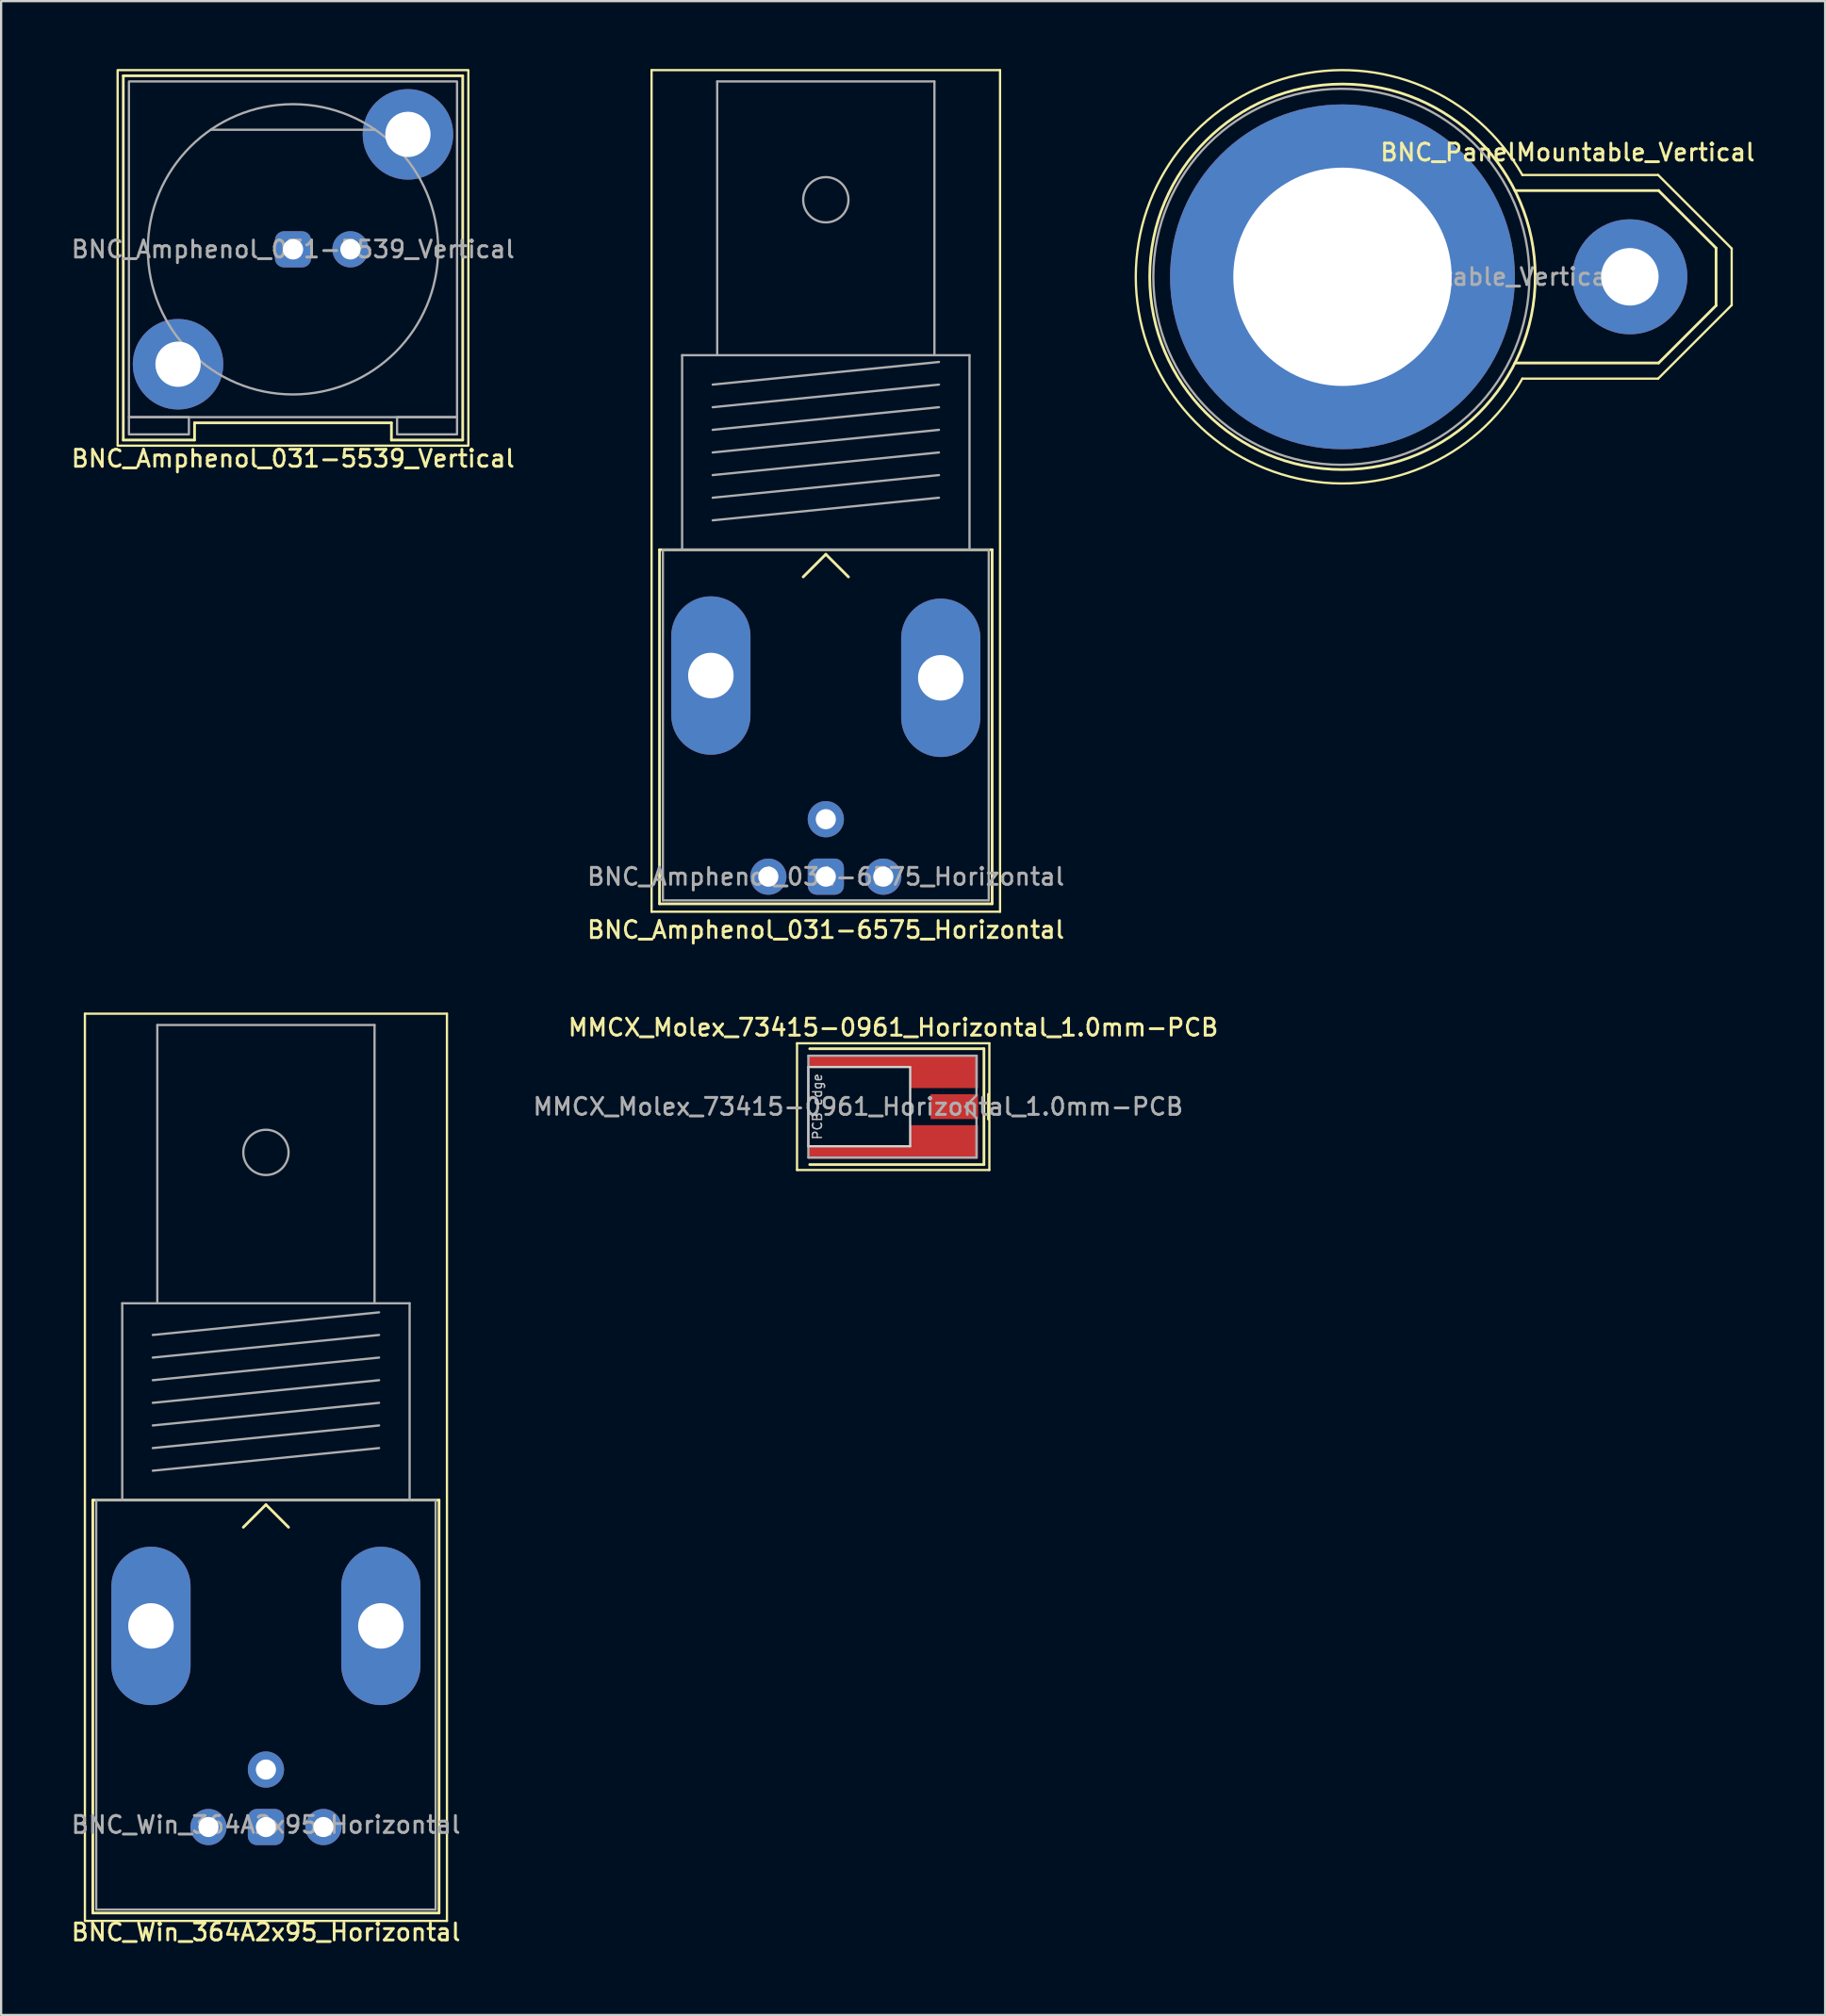
<source format=kicad_pcb>
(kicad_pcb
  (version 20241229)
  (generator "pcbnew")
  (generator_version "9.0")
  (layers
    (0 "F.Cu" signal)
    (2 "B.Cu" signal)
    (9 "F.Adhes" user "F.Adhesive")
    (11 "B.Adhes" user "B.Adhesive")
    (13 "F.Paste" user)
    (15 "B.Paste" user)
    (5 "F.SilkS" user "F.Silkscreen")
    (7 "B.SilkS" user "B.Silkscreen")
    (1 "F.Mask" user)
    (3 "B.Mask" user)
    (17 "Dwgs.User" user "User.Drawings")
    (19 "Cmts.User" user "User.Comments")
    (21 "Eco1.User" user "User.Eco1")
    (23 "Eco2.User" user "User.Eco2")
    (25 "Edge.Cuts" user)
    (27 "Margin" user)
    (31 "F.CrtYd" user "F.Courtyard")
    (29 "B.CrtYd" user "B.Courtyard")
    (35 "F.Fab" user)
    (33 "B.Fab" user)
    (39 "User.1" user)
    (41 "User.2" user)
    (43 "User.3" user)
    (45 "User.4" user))
  (footprint "BNC_Win_364A2x95_Horizontal"
    (layer "F.Cu")
    (at 8.702 77.708)
    (property "Reference" "BNC_Win_364A2x95_Horizontal" (at 0 4.65 0) (layer "F.SilkS") (effects (font (size 0.75 0.75) (thickness 0.125))))
    (attr through_hole)
    (fp_line (start -8 4.15) (end -8 -35.95) (stroke (width 0.1) (type solid)) (layer "F.SilkS"))
    (fp_line (start -8 4.15) (end 8 4.15) (stroke (width 0.1) (type solid)) (layer "F.SilkS"))
    (fp_line (start -7.65 -14.45) (end 7.65 -14.45) (stroke (width 0.12) (type solid)) (layer "F.SilkS"))
    (fp_line (start -7.65 3.8) (end -7.65 -14.45) (stroke (width 0.12) (type solid)) (layer "F.SilkS"))
    (fp_line (start 0 -14.25) (end -1 -13.25) (stroke (width 0.12) (type solid)) (layer "F.SilkS"))
    (fp_line (start 0 -14.25) (end 1 -13.25) (stroke (width 0.12) (type solid)) (layer "F.SilkS"))
    (fp_line (start 7.65 -14.45) (end 7.65 3.8) (stroke (width 0.12) (type solid)) (layer "F.SilkS"))
    (fp_line (start 7.65 3.8) (end -7.65 3.8) (stroke (width 0.12) (type solid)) (layer "F.SilkS"))
    (fp_line (start 8 -35.95) (end -8 -35.95) (stroke (width 0.1) (type solid)) (layer "F.SilkS"))
    (fp_line (start 8 4.15) (end 8 -35.95) (stroke (width 0.1) (type solid)) (layer "F.SilkS"))
    (fp_line (start -7.5 -14.45) (end -7.5 3.65) (stroke (width 0.1) (type solid)) (layer "F.Fab"))
    (fp_line (start -7.5 3.65) (end 7.5 3.65) (stroke (width 0.1) (type solid)) (layer "F.Fab"))
    (fp_line (start -6.35 -23.15) (end -6.35 -14.45) (stroke (width 0.1) (type solid)) (layer "F.Fab"))
    (fp_line (start -5 -21.75) (end 5 -22.75) (stroke (width 0.1) (type solid)) (layer "F.Fab"))
    (fp_line (start -5 -20.75) (end 5 -21.75) (stroke (width 0.1) (type solid)) (layer "F.Fab"))
    (fp_line (start -5 -19.75) (end 5 -20.75) (stroke (width 0.1) (type solid)) (layer "F.Fab"))
    (fp_line (start -5 -18.75) (end 5 -19.75) (stroke (width 0.1) (type solid)) (layer "F.Fab"))
    (fp_line (start -5 -17.75) (end 5 -18.75) (stroke (width 0.1) (type solid)) (layer "F.Fab"))
    (fp_line (start -5 -16.75) (end 5 -17.75) (stroke (width 0.1) (type solid)) (layer "F.Fab"))
    (fp_line (start -5 -15.75) (end 5 -16.75) (stroke (width 0.1) (type solid)) (layer "F.Fab"))
    (fp_line (start -4.8 -35.45) (end -4.8 -23.15) (stroke (width 0.1) (type solid)) (layer "F.Fab"))
    (fp_line (start 4.8 -35.45) (end -4.8 -35.45) (stroke (width 0.1) (type solid)) (layer "F.Fab"))
    (fp_line (start 4.8 -23.15) (end 4.8 -35.45) (stroke (width 0.1) (type solid)) (layer "F.Fab"))
    (fp_line (start 6.35 -23.15) (end -6.35 -23.15) (stroke (width 0.1) (type solid)) (layer "F.Fab"))
    (fp_line (start 6.35 -14.45) (end 6.35 -23.15) (stroke (width 0.1) (type solid)) (layer "F.Fab"))
    (fp_line (start 7.5 -14.45) (end -7.5 -14.45) (stroke (width 0.1) (type solid)) (layer "F.Fab"))
    (fp_line (start 7.5 3.65) (end 7.5 -14.45) (stroke (width 0.1) (type solid)) (layer "F.Fab"))
    (fp_circle (center 0 -29.82) (end 1 -29.82) (stroke (width 0.1) (type solid)) (fill no) (layer "F.Fab"))
    (fp_text user "${REFERENCE}" (at 0 -0.1 0) (layer "F.Fab") (effects (font (size 0.75 0.75) (thickness 0.125))))
    (pad "1" thru_hole roundrect (at 0 0) (size 1.6 1.6) (drill 0.89) (layers "*.Cu" "*.Mask") (roundrect_rratio 0.25))
    (pad "2" thru_hole circle (at 0 -2.54) (size 1.6 1.6) (drill 0.89) (layers "*.Cu" "*.Mask"))
    (pad "3" thru_hole oval (at -5.08 -8.89) (size 3.5 7) (drill 2.01) (layers "*.Cu" "*.Mask"))
    (pad "3" thru_hole circle (at -2.54 0) (size 1.6 1.6) (drill 0.89) (layers "*.Cu" "*.Mask"))
    (pad "3" thru_hole circle (at 2.54 0) (size 1.6 1.6) (drill 0.89) (layers "*.Cu" "*.Mask"))
    (pad "3" thru_hole oval (at 5.08 -8.89) (size 3.5 7) (drill 2.01) (layers "*.Cu" "*.Mask")))
  (footprint "BNC_Amphenol_031-5539_Vertical"
    (layer "F.Cu")
    (at 9.898 7.97)
    (property "Reference" "BNC_Amphenol_031-5539_Vertical" (at 0 9.25 180) (layer "F.SilkS") (effects (font (size 0.75 0.75) (thickness 0.125))))
    (attr through_hole)
    (fp_line (start -7.5 -7.67) (end 7.5 -7.67) (stroke (width 0.12) (type solid)) (layer "F.SilkS"))
    (fp_line (start -7.5 8.43) (end -7.5 -7.67) (stroke (width 0.12) (type solid)) (layer "F.SilkS"))
    (fp_line (start -4.35 7.67) (end -4.35 8.43) (stroke (width 0.12) (type solid)) (layer "F.SilkS"))
    (fp_line (start -4.35 8.43) (end -7.5 8.43) (stroke (width 0.12) (type solid)) (layer "F.SilkS"))
    (fp_line (start 4.35 7.67) (end -4.35 7.67) (stroke (width 0.12) (type solid)) (layer "F.SilkS"))
    (fp_line (start 4.35 8.43) (end 4.35 7.67) (stroke (width 0.12) (type solid)) (layer "F.SilkS"))
    (fp_line (start 7.5 -7.67) (end 7.5 8.43) (stroke (width 0.12) (type solid)) (layer "F.SilkS"))
    (fp_line (start 7.5 8.43) (end 4.35 8.43) (stroke (width 0.12) (type solid)) (layer "F.SilkS"))
    (fp_rect (start 7.75 8.68) (end -7.75 -7.92) (stroke (width 0.1) (type solid)) (fill no) (layer "F.SilkS"))
    (fp_line (start -3.636 -5.285) (end 3.636 -5.285) (stroke (width 0.1) (type solid)) (layer "F.Fab"))
    (fp_rect (start -4.6 7.42) (end -7.25 8.18) (stroke (width 0.1) (type solid)) (fill no) (layer "F.Fab"))
    (fp_rect (start 7.25 7.42) (end -7.25 -7.42) (stroke (width 0.1) (type solid)) (fill no) (layer "F.Fab"))
    (fp_rect (start 7.25 7.42) (end 4.6 8.18) (stroke (width 0.1) (type solid)) (fill no) (layer "F.Fab"))
    (fp_circle (center 0 0) (end 6.415 0) (stroke (width 0.1) (type solid)) (fill no) (layer "F.Fab"))
    (fp_text user "${REFERENCE}" (at 0 0 180) (layer "F.Fab") (effects (font (size 0.75 0.75) (thickness 0.125))))
    (pad "" thru_hole circle (at -5.08 5.08 180) (size 4 4) (drill 2) (layers "*.Cu" "*.Mask"))
    (pad "" thru_hole circle (at 5.08 -5.08 180) (size 4 4) (drill 2) (layers "*.Cu" "*.Mask"))
    (pad "1" thru_hole roundrect (at 0 0 180) (size 1.6 1.6) (drill 0.9) (layers "*.Cu" "*.Mask") (roundrect_rratio 0.25))
    (pad "2" thru_hole circle (at 2.54 0 180) (size 1.6 1.6) (drill 0.9) (layers "*.Cu" "*.Mask")))
  (footprint "BNC_PanelMountable_Vertical"
    (layer "F.Cu")
    (at 68.978 9.185)
    (property "Reference" "BNC_PanelMountable_Vertical" (at -2.75 -5.5 0) (layer "F.SilkS") (effects (font (size 0.75 0.75) (thickness 0.125))))
    (attr through_hole)
    (fp_line (start -5.08 3.81) (end 1.27 3.81) (stroke (width 0.12) (type solid)) (layer "F.SilkS"))
    (fp_line (start -4.75 -4.5) (end 1.25 -4.5) (stroke (width 0.1) (type solid)) (layer "F.SilkS"))
    (fp_line (start 1.25 -4.5) (end 4.5 -1.25) (stroke (width 0.1) (type solid)) (layer "F.SilkS"))
    (fp_line (start 1.25 4.5) (end -4.75 4.5) (stroke (width 0.1) (type solid)) (layer "F.SilkS"))
    (fp_line (start 1.27 -3.81) (end -5.08 -3.81) (stroke (width 0.12) (type solid)) (layer "F.SilkS"))
    (fp_line (start 1.27 3.81) (end 3.81 1.27) (stroke (width 0.12) (type solid)) (layer "F.SilkS"))
    (fp_line (start 3.81 -1.27) (end 1.27 -3.81) (stroke (width 0.12) (type solid)) (layer "F.SilkS"))
    (fp_line (start 3.81 1.27) (end 3.81 -1.27) (stroke (width 0.12) (type solid)) (layer "F.SilkS"))
    (fp_line (start 4.5 -1.25) (end 4.5 1.25) (stroke (width 0.1) (type solid)) (layer "F.SilkS"))
    (fp_line (start 4.5 1.25) (end 1.25 4.5) (stroke (width 0.1) (type solid)) (layer "F.SilkS"))
    (fp_arc (start -4.75 4.5) (mid -21.835234 -0.001833) (end -4.748194 -4.496809) (stroke (width 0.1) (type solid)) (layer "F.SilkS"))
    (fp_circle (center -12.7 0) (end -5.08 3.81) (stroke (width 0.12) (type solid)) (fill no) (layer "F.SilkS"))
    (fp_circle (center -12.75 0) (end -6.75 5.75) (stroke (width 0.1) (type solid)) (fill no) (layer "F.Fab"))
    (fp_text user "${REFERENCE}" (at -8.89 0 0) (layer "F.Fab") (effects (font (size 0.75 0.75) (thickness 0.125))))
    (pad "1" thru_hole circle (at 0 0) (size 5.08 5.08) (drill 2.54) (layers "*.Cu" "*.Mask"))
    (pad "2" thru_hole circle (at -12.7 0) (size 15.24 15.24) (drill 9.65) (layers "*.Cu" "*.Mask")))
  (footprint "MMCX_Molex_73415-0961_Horizontal_1.0mm-PCB"
    (layer "F.Cu")
    (at 36.423 45.866)
    (property "Reference" "MMCX_Molex_73415-0961_Horizontal_1.0mm-PCB" (at 0 -3.5 0) (layer "F.SilkS") (effects (font (size 0.75 0.75) (thickness 0.125))))
    (attr smd)
    (fp_line (start -4.25 -2.8) (end -4.25 2.8) (stroke (width 0.1) (type solid)) (layer "F.SilkS"))
    (fp_line (start -4.25 -2.8) (end 4.25 -2.8) (stroke (width 0.1) (type solid)) (layer "F.SilkS"))
    (fp_line (start -4.25 2.8) (end 4.25 2.8) (stroke (width 0.1) (type solid)) (layer "F.SilkS"))
    (fp_line (start -3.69 -2.56) (end 4.01 -2.56) (stroke (width 0.12) (type solid)) (layer "F.SilkS"))
    (fp_line (start -3.69 2.56) (end 4.01 2.56) (stroke (width 0.12) (type solid)) (layer "F.SilkS"))
    (fp_line (start 4.01 2.56) (end 4.01 -2.56) (stroke (width 0.12) (type solid)) (layer "F.SilkS"))
    (fp_line (start 4.21 -0.55) (end 4.21 0.55) (stroke (width 0.12) (type solid)) (layer "F.SilkS"))
    (fp_line (start 4.25 -2.8) (end 4.25 2.8) (stroke (width 0.1) (type solid)) (layer "F.SilkS"))
    (fp_line (start -3.75 1.75) (end -3.75 -1.75) (stroke (width 0.1) (type solid)) (layer "Dwgs.User"))
    (fp_line (start -3.75 1.75) (end 0.75 1.75) (stroke (width 0.1) (type solid)) (layer "Edge.Cuts"))
    (fp_line (start 0.75 -1.75) (end -3.75 -1.75) (stroke (width 0.1) (type solid)) (layer "Edge.Cuts"))
    (fp_line (start 0.75 1.75) (end 0.75 -1.75) (stroke (width 0.1) (type solid)) (layer "Edge.Cuts"))
    (fp_line (start -3.75 -2.25) (end -3.75 2.25) (stroke (width 0.1) (type solid)) (layer "F.Fab"))
    (fp_line (start -3.75 -2.25) (end 3.68 -2.25) (stroke (width 0.1) (type solid)) (layer "F.Fab"))
    (fp_line (start -3.75 2.25) (end 3.68 2.25) (stroke (width 0.1) (type solid)) (layer "F.Fab"))
    (fp_line (start 3.18 0) (end 3.68 -0.5) (stroke (width 0.1) (type solid)) (layer "F.Fab"))
    (fp_line (start 3.18 0) (end 3.68 0.5) (stroke (width 0.1) (type solid)) (layer "F.Fab"))
    (fp_line (start 3.68 -0.5) (end 3.68 -2.25) (stroke (width 0.1) (type solid)) (layer "F.Fab"))
    (fp_line (start 3.68 2.25) (end 3.68 0.5) (stroke (width 0.1) (type solid)) (layer "F.Fab"))
    (fp_text user "PCB edge" (at -3.35 0 90) (layer "Dwgs.User") (effects (font (size 0.4 0.4) (thickness 0.06))))
    (fp_text user "${REFERENCE}" (at -1.55 0 0) (layer "F.Fab") (effects (font (size 0.75 0.75) (thickness 0.125))))
    (pad "1" smd rect (at 2.7 0) (size 2.1 1.1) (layers "F.Cu" "F.Mask" "F.Paste"))
    (pad "2" smd custom (at 2.25 -1.56) (size 3 1.48) (layers "F.Cu" "F.Mask" "F.Paste") (options (anchor rect)) (primitives (gr_poly (pts (xy -1.5 -0.19) (xy -6 -0.19) (xy -6 -0.74) (xy -1.5 -0.74)) (width 0) (fill yes))))
    (pad "2" smd custom (at 2.25 1.56) (size 3 1.48) (layers "F.Cu" "F.Mask" "F.Paste") (options (anchor rect)) (primitives (gr_poly (pts (xy -1.5 0.74) (xy -6 0.74) (xy -6 0.19) (xy -1.5 0.19)) (width 0) (fill yes)))))
  (footprint "BNC_Amphenol_031-6575_Horizontal"
    (layer "F.Cu")
    (at 33.445 35.7)
    (property "Reference" "BNC_Amphenol_031-6575_Horizontal" (at 0 2.35 0) (layer "F.SilkS") (effects (font (size 0.75 0.75) (thickness 0.125))))
    (attr through_hole)
    (fp_line (start -7.7 1.55) (end -7.7 -35.65) (stroke (width 0.1) (type solid)) (layer "F.SilkS"))
    (fp_line (start -7.7 1.55) (end 7.7 1.55) (stroke (width 0.1) (type solid)) (layer "F.SilkS"))
    (fp_line (start -7.35 -14.45) (end 7.35 -14.45) (stroke (width 0.12) (type solid)) (layer "F.SilkS"))
    (fp_line (start -7.35 1.2) (end -7.35 -14.45) (stroke (width 0.12) (type solid)) (layer "F.SilkS"))
    (fp_line (start 0 -14.25) (end -1 -13.25) (stroke (width 0.12) (type solid)) (layer "F.SilkS"))
    (fp_line (start 0 -14.25) (end 1 -13.25) (stroke (width 0.12) (type solid)) (layer "F.SilkS"))
    (fp_line (start 7.35 -14.45) (end 7.35 1.2) (stroke (width 0.12) (type solid)) (layer "F.SilkS"))
    (fp_line (start 7.35 1.2) (end -7.35 1.2) (stroke (width 0.12) (type solid)) (layer "F.SilkS"))
    (fp_line (start 7.7 -35.65) (end -7.7 -35.65) (stroke (width 0.1) (type solid)) (layer "F.SilkS"))
    (fp_line (start 7.7 1.55) (end 7.7 -35.65) (stroke (width 0.1) (type solid)) (layer "F.SilkS"))
    (fp_line (start -7.2 -14.45) (end -7.2 1.05) (stroke (width 0.1) (type solid)) (layer "F.Fab"))
    (fp_line (start -7.2 1.05) (end 7.2 1.05) (stroke (width 0.1) (type solid)) (layer "F.Fab"))
    (fp_line (start -6.35 -23.05) (end -6.35 -14.45) (stroke (width 0.1) (type solid)) (layer "F.Fab"))
    (fp_line (start -5 -21.75) (end 5 -22.75) (stroke (width 0.1) (type solid)) (layer "F.Fab"))
    (fp_line (start -5 -20.75) (end 5 -21.75) (stroke (width 0.1) (type solid)) (layer "F.Fab"))
    (fp_line (start -5 -19.75) (end 5 -20.75) (stroke (width 0.1) (type solid)) (layer "F.Fab"))
    (fp_line (start -5 -18.75) (end 5 -19.75) (stroke (width 0.1) (type solid)) (layer "F.Fab"))
    (fp_line (start -5 -17.75) (end 5 -18.75) (stroke (width 0.1) (type solid)) (layer "F.Fab"))
    (fp_line (start -5 -16.75) (end 5 -17.75) (stroke (width 0.1) (type solid)) (layer "F.Fab"))
    (fp_line (start -5 -15.75) (end 5 -16.75) (stroke (width 0.1) (type solid)) (layer "F.Fab"))
    (fp_line (start -4.8 -35.15) (end -4.8 -23.05) (stroke (width 0.1) (type solid)) (layer "F.Fab"))
    (fp_line (start 4.8 -35.15) (end -4.8 -35.15) (stroke (width 0.1) (type solid)) (layer "F.Fab"))
    (fp_line (start 4.8 -23.05) (end 4.8 -35.15) (stroke (width 0.1) (type solid)) (layer "F.Fab"))
    (fp_line (start 6.35 -23.05) (end -6.35 -23.05) (stroke (width 0.1) (type solid)) (layer "F.Fab"))
    (fp_line (start 6.35 -14.45) (end 6.35 -23.05) (stroke (width 0.1) (type solid)) (layer "F.Fab"))
    (fp_line (start 7.2 -14.45) (end -7.2 -14.45) (stroke (width 0.1) (type solid)) (layer "F.Fab"))
    (fp_line (start 7.2 1.05) (end 7.2 -14.45) (stroke (width 0.1) (type solid)) (layer "F.Fab"))
    (fp_circle (center 0 -29.92) (end 1 -29.92) (stroke (width 0.1) (type solid)) (fill no) (layer "F.Fab"))
    (fp_text user "${REFERENCE}" (at 0 0 0) (layer "F.Fab") (effects (font (size 0.75 0.75) (thickness 0.125))))
    (pad "" thru_hole oval (at -5.08 -8.89) (size 3.5 7) (drill 2.01) (layers "*.Cu" "*.Mask"))
    (pad "" thru_hole oval (at 5.08 -8.79) (size 3.5 7) (drill 2.01) (layers "*.Cu" "*.Mask"))
    (pad "1" thru_hole roundrect (at 0 0) (size 1.6 1.6) (drill 0.89) (layers "*.Cu" "*.Mask") (roundrect_rratio 0.25))
    (pad "2" thru_hole circle (at -2.54 0) (size 1.6 1.6) (drill 0.89) (layers "*.Cu" "*.Mask"))
    (pad "3" thru_hole circle (at 0 -2.54) (size 1.6 1.6) (drill 0.89) (layers "*.Cu" "*.Mask"))
    (pad "4" thru_hole circle (at 2.54 0) (size 1.6 1.6) (drill 0.89) (layers "*.Cu" "*.Mask")))
  (gr_rect
    (start -3 -3)
    (end 77.608 86.016)
    (stroke (width 0.1) (type default))
    (fill no)
    (layer "Edge.Cuts")))
</source>
